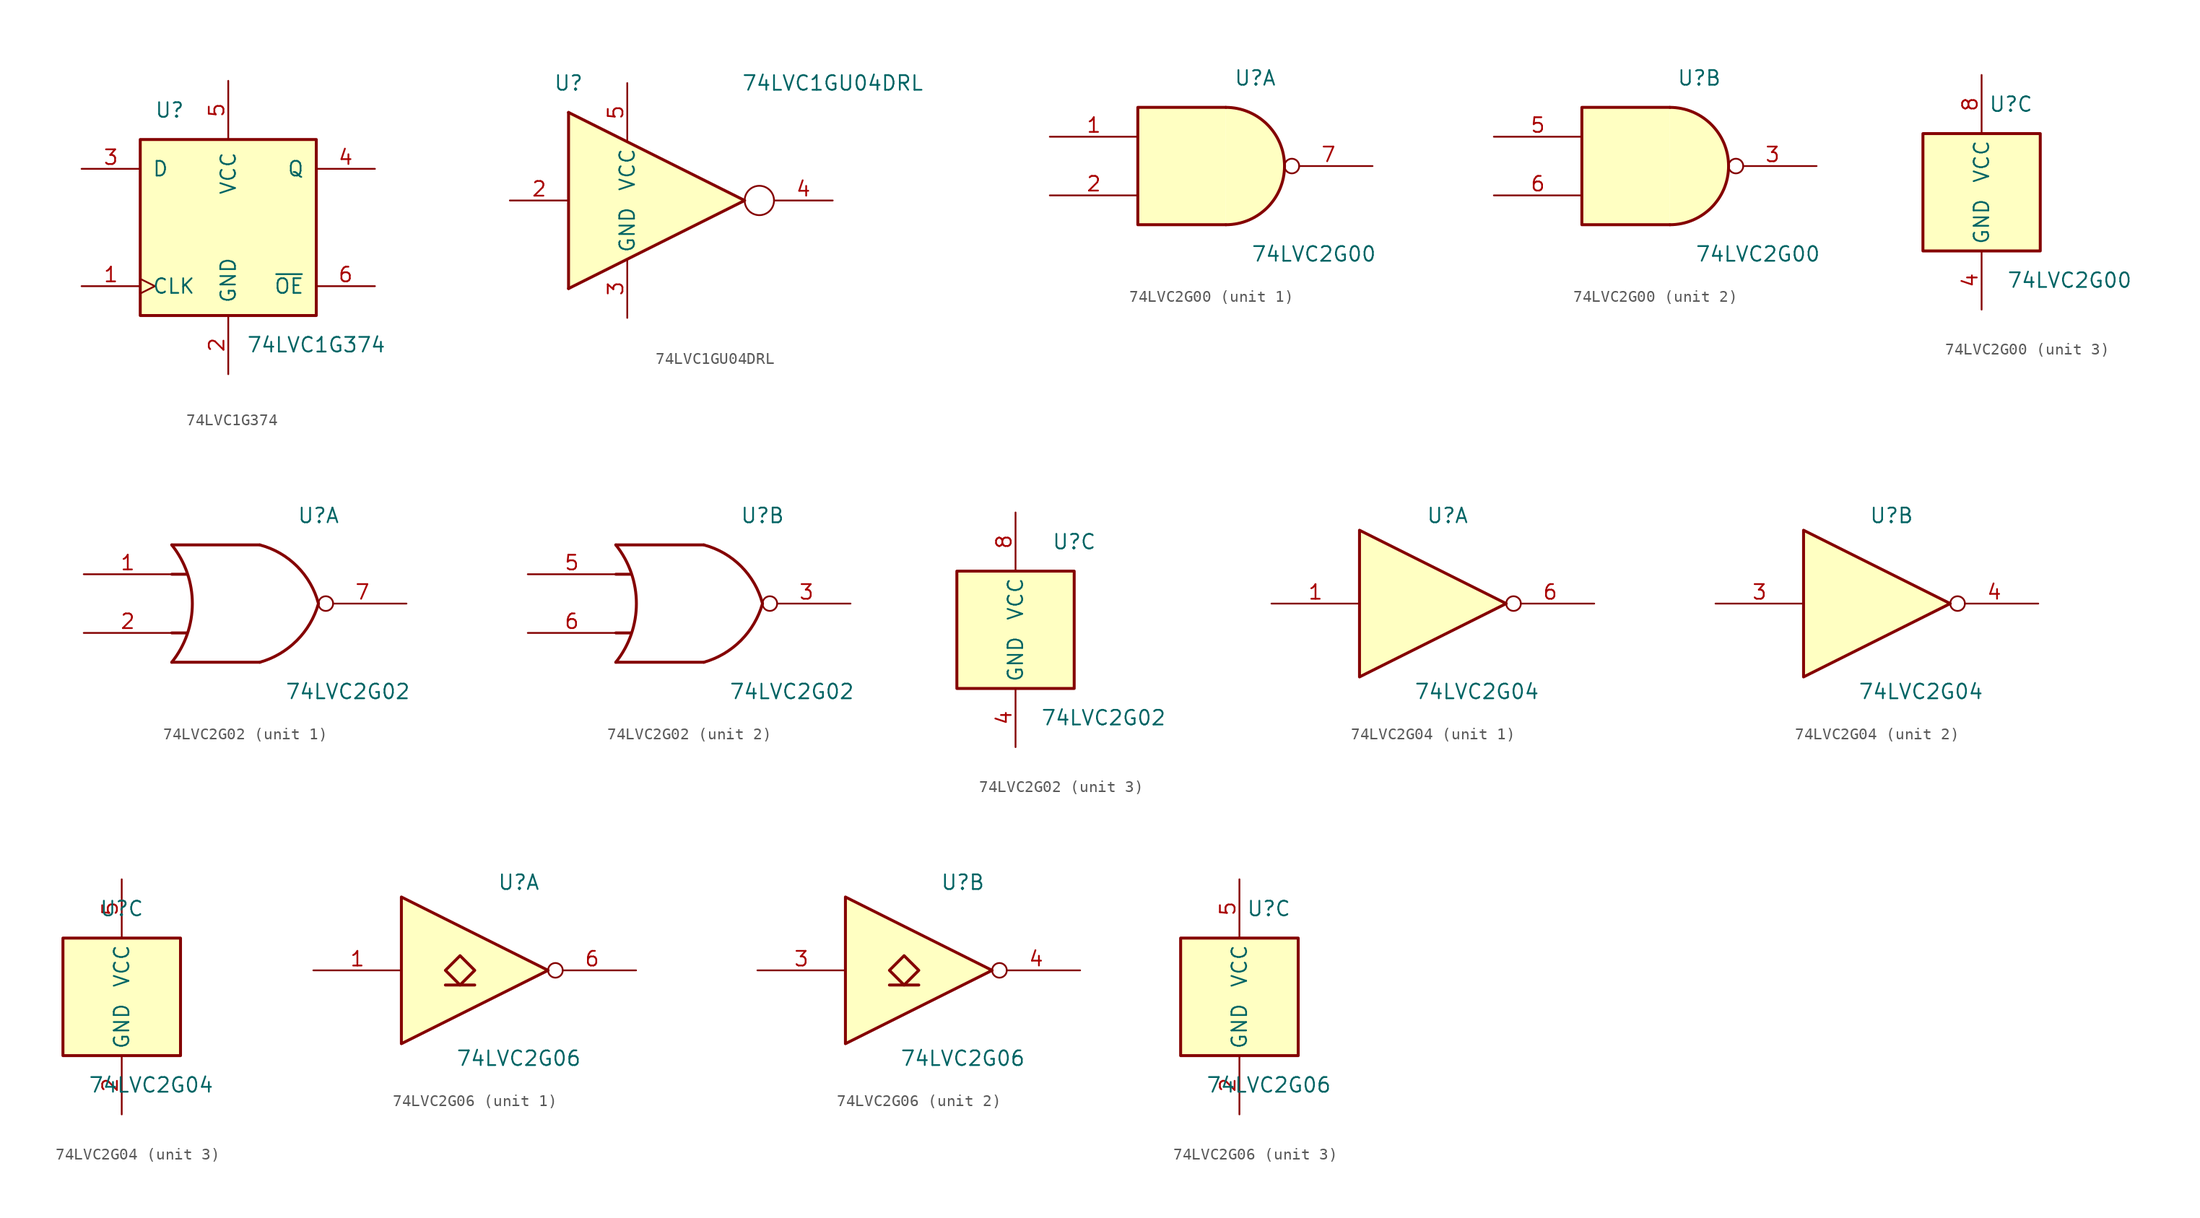
<source format=kicad_sym>
(kicad_symbol_lib
  (version 20241209)
  (generator "kicad_symbol_editor")
  (generator_version "9.0")
  (symbol "74LVC1G374"
    (pin_names
      (offset 1.016))
    (property "Reference" "U"
      (at -5.08 10.16 0)
      (effects (font (size 1.27 1.27))))
    (property "Value" "74LVC1G374"
      (at 7.62 -10.16 0)
      (effects (font (size 1.27 1.27))))
    (symbol "74LVC1G374_0_1"
      (rectangle (start -7.62 7.62) (end 7.62 -7.62) (stroke (width 0.254) (type default)) (fill (type background))))
    (symbol "74LVC1G374_1_1"
      (pin input line (at -12.7 5.08 0) (length 5.08) (name "D" (effects (font (size 1.27 1.27)))) (number "3" (effects (font (size 1.27 1.27)))))
      (pin input clock (at -12.7 -5.08 0) (length 5.08) (name "CLK" (effects (font (size 1.27 1.27)))) (number "1" (effects (font (size 1.27 1.27)))))
      (pin power_in line (at 0 12.7 270) (length 5.08) (name "VCC" (effects (font (size 1.27 1.27)))) (number "5" (effects (font (size 1.27 1.27)))))
      (pin power_in line (at 0 -12.7 90) (length 5.08) (name "GND" (effects (font (size 1.27 1.27)))) (number "2" (effects (font (size 1.27 1.27)))))
      (pin tri_state line (at 12.7 5.08 180) (length 5.08) (name "Q" (effects (font (size 1.27 1.27)))) (number "4" (effects (font (size 1.27 1.27)))))
      (pin input line (at 12.7 -5.08 180) (length 5.08) (name "~{OE}" (effects (font (size 1.27 1.27)))) (number "6" (effects (font (size 1.27 1.27)))))))
  (symbol "74LVC1GU04DRL"
    (property "Reference" "U"
      (at -5.08 10.16 0)
      (effects (font (size 1.27 1.27))))
    (property "Value" "74LVC1GU04DRL"
      (at 17.78 10.16 0)
      (effects (font (size 1.27 1.27))))
    (symbol "74LVC1GU04DRL_0_1"
      (rectangle (start -5.08 7.62) (end -5.08 -7.62) (stroke (width 0.254) (type default)) (fill (type background)))
      (polyline (pts (xy -5.08 -7.62) (xy 10.16 0) (xy -5.08 7.62)) (stroke (width 0.254) (type default)) (fill (type background)))
      (circle (center 11.43 0) (radius 1.27) (stroke (width 0) (type default)) (fill (type none))))
    (symbol "74LVC1GU04DRL_1_1"
      (pin input line (at -10.16 0 0) (length 5.08) (name "~" (effects (font (size 1.27 1.27)))) (number "2" (effects (font (size 1.27 1.27)))))
      (pin power_in line (at 0 10.16 270) (length 5.08) (name "VCC" (effects (font (size 1.27 1.27)))) (number "5" (effects (font (size 1.27 1.27)))))
      (pin power_in line (at 0 -10.16 90) (length 5.08) (name "GND" (effects (font (size 1.27 1.27)))) (number "3" (effects (font (size 1.27 1.27)))))
      (pin no_connect line (at 10.16 0 180) (length 5.08) (hide yes) (name "NC" (effects (font (size 1.27 1.27)))) (number "1" (effects (font (size 1.27 1.27)))))
      (pin output line (at 17.78 0 180) (length 5.08) (name "~" (effects (font (size 1.27 1.27)))) (number "4" (effects (font (size 1.27 1.27)))))))
  (symbol "74LVC2G00"
    (property "Reference" "U"
      (at 2.54 7.62 0)
      (effects (font (size 1.27 1.27))))
    (property "Value" "74LVC2G00"
      (at 7.62 -7.62 0)
      (effects (font (size 1.27 1.27))))
    (symbol "74LVC2G00_1_1"
      (arc (start 0 5.08) (mid 5.0579 0) (end 0 -5.08) (stroke (width 0.254) (type default)) (fill (type background)))
      (polyline (pts (xy 0 -5.08) (xy -7.62 -5.08) (xy -7.62 5.08) (xy 0 5.08)) (stroke (width 0.254) (type default)) (fill (type background)))
      (pin input line (at -15.24 2.54 0) (length 7.62) (name "~" (effects (font (size 1.27 1.27)))) (number "1" (effects (font (size 1.27 1.27)))))
      (pin input line (at -15.24 -2.54 0) (length 7.62) (name "~" (effects (font (size 1.27 1.27)))) (number "2" (effects (font (size 1.27 1.27)))))
      (pin output inverted (at 12.7 0 180) (length 7.62) (name "~" (effects (font (size 1.27 1.27)))) (number "7" (effects (font (size 1.27 1.27))))))
    (symbol "74LVC2G00_2_1"
      (arc (start 0 5.08) (mid 5.0579 0) (end 0 -5.08) (stroke (width 0.254) (type default)) (fill (type background)))
      (polyline (pts (xy 0 -5.08) (xy -7.62 -5.08) (xy -7.62 5.08) (xy 0 5.08)) (stroke (width 0.254) (type default)) (fill (type background)))
      (pin input line (at -15.24 2.54 0) (length 7.62) (name "~" (effects (font (size 1.27 1.27)))) (number "5" (effects (font (size 1.27 1.27)))))
      (pin input line (at -15.24 -2.54 0) (length 7.62) (name "~" (effects (font (size 1.27 1.27)))) (number "6" (effects (font (size 1.27 1.27)))))
      (pin output inverted (at 12.7 0 180) (length 7.62) (name "~" (effects (font (size 1.27 1.27)))) (number "3" (effects (font (size 1.27 1.27))))))
    (symbol "74LVC2G00_3_0"
      (rectangle (start -5.08 -5.08) (end 5.08 5.08) (stroke (width 0.254) (type default)) (fill (type background))))
    (symbol "74LVC2G00_3_1"
      (pin power_in line (at 0 10.16 270) (length 5.08) (name "VCC" (effects (font (size 1.27 1.27)))) (number "8" (effects (font (size 1.27 1.27)))))
      (pin power_in line (at 0 -10.16 90) (length 5.08) (name "GND" (effects (font (size 1.27 1.27)))) (number "4" (effects (font (size 1.27 1.27)))))))
  (symbol "74LVC2G02"
    (property "Reference" "U"
      (at 5.08 7.62 0)
      (effects (font (size 1.27 1.27))))
    (property "Value" "74LVC2G02"
      (at 7.62 -7.62 0)
      (effects (font (size 1.27 1.27))))
    (symbol "74LVC2G02_1_1"
      (arc (start -7.62 5.08) (mid -5.838 0) (end -7.62 -5.08) (stroke (width 0.254) (type default)) (fill (type none)))
      (polyline (pts (xy -7.62 2.54) (xy -6.35 2.54)) (stroke (width 0.254) (type default)) (fill (type background)))
      (polyline (pts (xy -7.62 -2.54) (xy -6.35 -2.54)) (stroke (width 0.254) (type default)) (fill (type background)))
      (arc (start 5.08 0) (mid 3.202 -3.202) (end 0 -5.08) (stroke (width 0.254) (type default)) (fill (type none)))
      (arc (start 0 5.08) (mid 3.2271 3.2271) (end 5.08 0) (stroke (width 0.254) (type default)) (fill (type none)))
      (polyline (pts (xy 0 5.08) (xy -7.62 5.08)) (stroke (width 0.254) (type default)) (fill (type background)))
      (polyline (pts (xy 0 -5.08) (xy -7.62 -5.08)) (stroke (width 0.254) (type default)) (fill (type background)))
      (pin input line (at -15.24 2.54 0) (length 7.62) (name "~" (effects (font (size 1.27 1.27)))) (number "1" (effects (font (size 1.27 1.27)))))
      (pin input line (at -15.24 -2.54 0) (length 7.62) (name "~" (effects (font (size 1.27 1.27)))) (number "2" (effects (font (size 1.27 1.27)))))
      (pin output inverted (at 12.7 0 180) (length 7.62) (name "~" (effects (font (size 1.27 1.27)))) (number "7" (effects (font (size 1.27 1.27))))))
    (symbol "74LVC2G02_2_1"
      (arc (start -7.62 5.08) (mid -5.838 0) (end -7.62 -5.08) (stroke (width 0.254) (type default)) (fill (type none)))
      (polyline (pts (xy -7.62 2.54) (xy -6.35 2.54)) (stroke (width 0.254) (type default)) (fill (type background)))
      (polyline (pts (xy -7.62 -2.54) (xy -6.35 -2.54)) (stroke (width 0.254) (type default)) (fill (type background)))
      (arc (start 5.08 0) (mid 3.202 -3.202) (end 0 -5.08) (stroke (width 0.254) (type default)) (fill (type none)))
      (arc (start 0 5.08) (mid 3.2271 3.2271) (end 5.08 0) (stroke (width 0.254) (type default)) (fill (type none)))
      (polyline (pts (xy 0 5.08) (xy -7.62 5.08)) (stroke (width 0.254) (type default)) (fill (type background)))
      (polyline (pts (xy 0 -5.08) (xy -7.62 -5.08)) (stroke (width 0.254) (type default)) (fill (type background)))
      (pin input line (at -15.24 2.54 0) (length 7.62) (name "~" (effects (font (size 1.27 1.27)))) (number "5" (effects (font (size 1.27 1.27)))))
      (pin input line (at -15.24 -2.54 0) (length 7.62) (name "~" (effects (font (size 1.27 1.27)))) (number "6" (effects (font (size 1.27 1.27)))))
      (pin output inverted (at 12.7 0 180) (length 7.62) (name "~" (effects (font (size 1.27 1.27)))) (number "3" (effects (font (size 1.27 1.27))))))
    (symbol "74LVC2G02_3_0"
      (rectangle (start -5.08 -5.08) (end 5.08 5.08) (stroke (width 0.254) (type default)) (fill (type background))))
    (symbol "74LVC2G02_3_1"
      (pin power_in line (at 0 10.16 270) (length 5.08) (name "VCC" (effects (font (size 1.27 1.27)))) (number "8" (effects (font (size 1.27 1.27)))))
      (pin power_in line (at 0 -10.16 90) (length 5.08) (name "GND" (effects (font (size 1.27 1.27)))) (number "4" (effects (font (size 1.27 1.27)))))))
  (symbol "74LVC2G04"
    (property "Reference" "U"
      (at 0 7.62 0)
      (effects (font (size 1.27 1.27))))
    (property "Value" "74LVC2G04"
      (at 2.54 -7.62 0)
      (effects (font (size 1.27 1.27))))
    (symbol "74LVC2G04_1_1"
      (polyline (pts (xy -7.62 6.35) (xy -7.62 -6.35) (xy 5.08 0) (xy -7.62 6.35)) (stroke (width 0.254) (type default)) (fill (type background)))
      (pin input line (at -15.24 0 0) (length 7.62) (name "~" (effects (font (size 1.27 1.27)))) (number "1" (effects (font (size 1.27 1.27)))))
      (pin output inverted (at 12.7 0 180) (length 7.62) (name "~" (effects (font (size 1.27 1.27)))) (number "6" (effects (font (size 1.27 1.27))))))
    (symbol "74LVC2G04_2_1"
      (polyline (pts (xy -7.62 6.35) (xy -7.62 -6.35) (xy 5.08 0) (xy -7.62 6.35)) (stroke (width 0.254) (type default)) (fill (type background)))
      (pin input line (at -15.24 0 0) (length 7.62) (name "~" (effects (font (size 1.27 1.27)))) (number "3" (effects (font (size 1.27 1.27)))))
      (pin output inverted (at 12.7 0 180) (length 7.62) (name "~" (effects (font (size 1.27 1.27)))) (number "4" (effects (font (size 1.27 1.27))))))
    (symbol "74LVC2G04_3_0"
      (rectangle (start -5.08 -5.08) (end 5.08 5.08) (stroke (width 0.254) (type default)) (fill (type background))))
    (symbol "74LVC2G04_3_1"
      (pin power_in line (at 0 10.16 270) (length 5.08) (name "VCC" (effects (font (size 1.27 1.27)))) (number "5" (effects (font (size 1.27 1.27)))))
      (pin power_in line (at 0 -10.16 90) (length 5.08) (name "GND" (effects (font (size 1.27 1.27)))) (number "2" (effects (font (size 1.27 1.27)))))))
  (symbol "74LVC2G06"
    (property "Reference" "U"
      (at 2.54 7.62 0)
      (effects (font (size 1.27 1.27))))
    (property "Value" "74LVC2G06"
      (at 2.54 -7.62 0)
      (effects (font (size 1.27 1.27))))
    (symbol "74LVC2G06_1_1"
      (polyline (pts (xy -7.62 6.35) (xy -7.62 -6.35) (xy 5.08 0) (xy -7.62 6.35)) (stroke (width 0.254) (type default)) (fill (type background)))
      (polyline (pts (xy -3.81 -1.27) (xy -1.27 -1.27)) (stroke (width 0.254) (type default)) (fill (type background)))
      (polyline (pts (xy -2.54 1.27) (xy -3.81 0) (xy -2.54 -1.27) (xy -1.27 0) (xy -2.54 1.27)) (stroke (width 0.254) (type default)) (fill (type background)))
      (pin input line (at -15.24 0 0) (length 7.62) (name "~" (effects (font (size 1.27 1.27)))) (number "1" (effects (font (size 1.27 1.27)))))
      (pin open_collector inverted (at 12.7 0 180) (length 7.62) (name "~" (effects (font (size 1.27 1.27)))) (number "6" (effects (font (size 1.27 1.27))))))
    (symbol "74LVC2G06_2_1"
      (polyline (pts (xy -7.62 6.35) (xy -7.62 -6.35) (xy 5.08 0) (xy -7.62 6.35)) (stroke (width 0.254) (type default)) (fill (type background)))
      (polyline (pts (xy -3.81 -1.27) (xy -1.27 -1.27)) (stroke (width 0.254) (type default)) (fill (type background)))
      (polyline (pts (xy -2.54 1.27) (xy -3.81 0) (xy -2.54 -1.27) (xy -1.27 0) (xy -2.54 1.27)) (stroke (width 0.254) (type default)) (fill (type background)))
      (pin input line (at -15.24 0 0) (length 7.62) (name "~" (effects (font (size 1.27 1.27)))) (number "3" (effects (font (size 1.27 1.27)))))
      (pin open_collector inverted (at 12.7 0 180) (length 7.62) (name "~" (effects (font (size 1.27 1.27)))) (number "4" (effects (font (size 1.27 1.27))))))
    (symbol "74LVC2G06_3_0"
      (rectangle (start -5.08 -5.08) (end 5.08 5.08) (stroke (width 0.254) (type default)) (fill (type background))))
    (symbol "74LVC2G06_3_1"
      (pin power_in line (at 0 10.16 270) (length 5.08) (name "VCC" (effects (font (size 1.27 1.27)))) (number "5" (effects (font (size 1.27 1.27)))))
      (pin power_in line (at 0 -10.16 90) (length 5.08) (name "GND" (effects (font (size 1.27 1.27)))) (number "2" (effects (font (size 1.27 1.27))))))))
</source>
